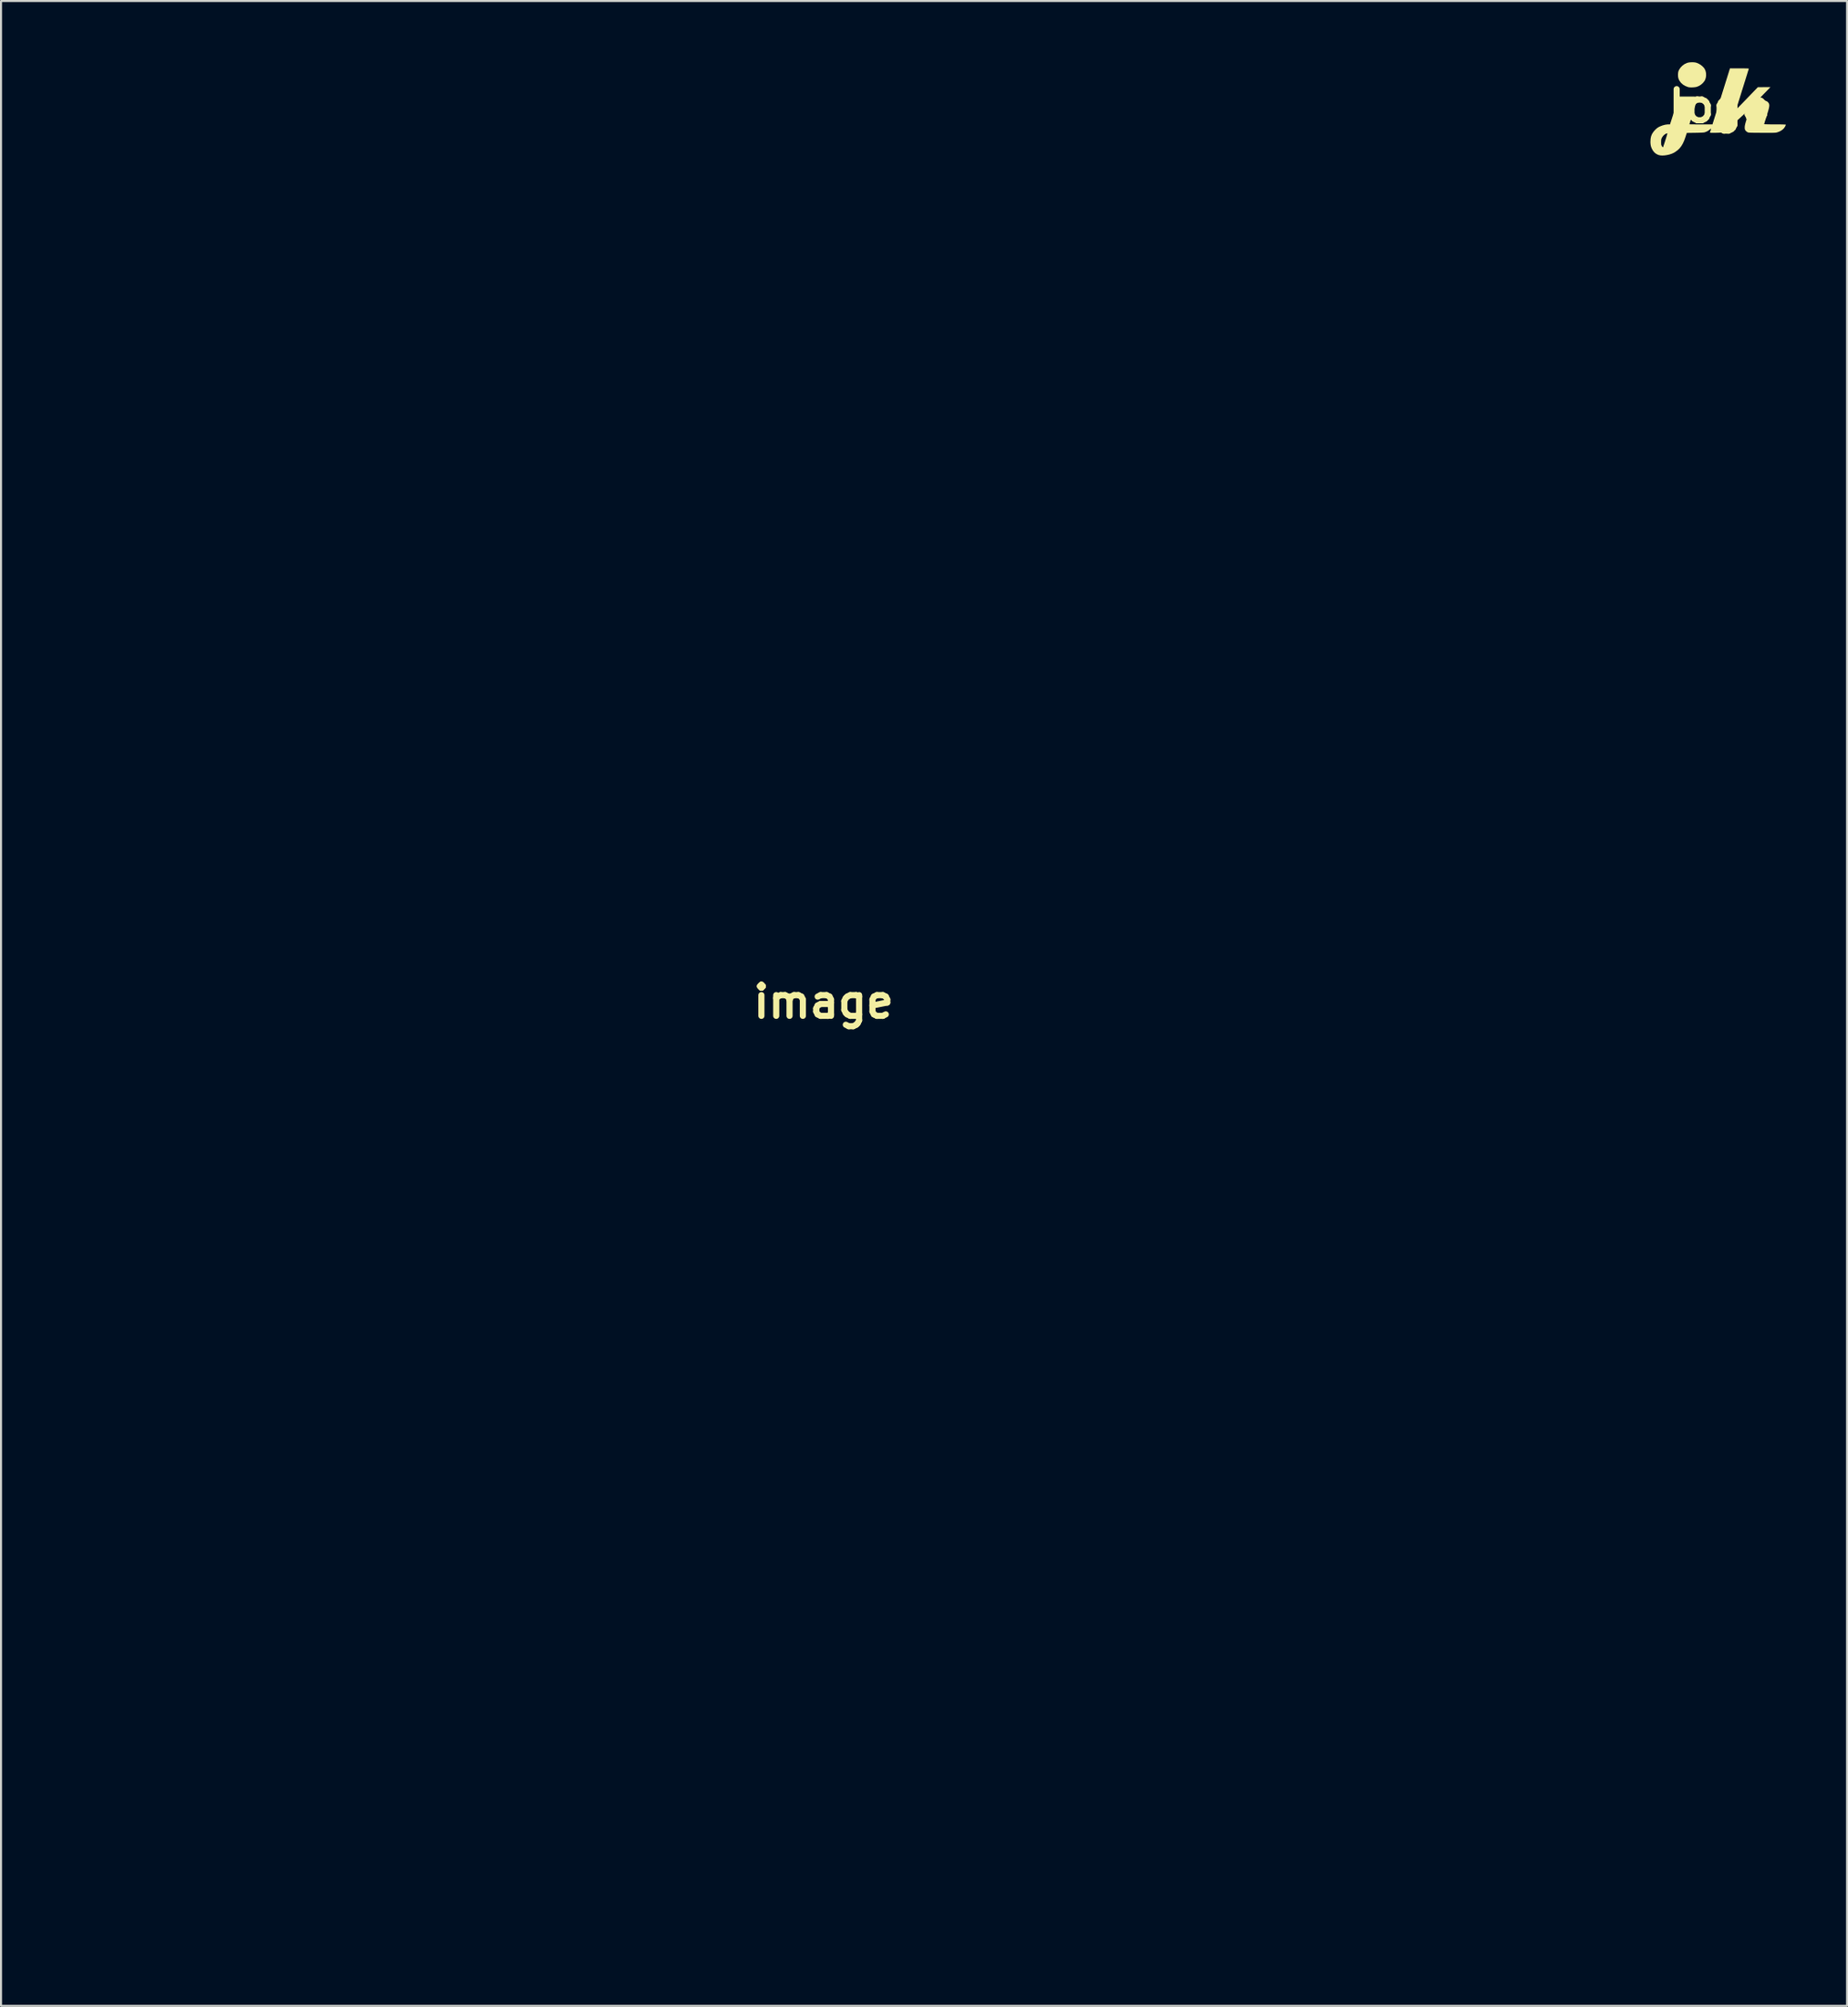
<source format=kicad_pcb>
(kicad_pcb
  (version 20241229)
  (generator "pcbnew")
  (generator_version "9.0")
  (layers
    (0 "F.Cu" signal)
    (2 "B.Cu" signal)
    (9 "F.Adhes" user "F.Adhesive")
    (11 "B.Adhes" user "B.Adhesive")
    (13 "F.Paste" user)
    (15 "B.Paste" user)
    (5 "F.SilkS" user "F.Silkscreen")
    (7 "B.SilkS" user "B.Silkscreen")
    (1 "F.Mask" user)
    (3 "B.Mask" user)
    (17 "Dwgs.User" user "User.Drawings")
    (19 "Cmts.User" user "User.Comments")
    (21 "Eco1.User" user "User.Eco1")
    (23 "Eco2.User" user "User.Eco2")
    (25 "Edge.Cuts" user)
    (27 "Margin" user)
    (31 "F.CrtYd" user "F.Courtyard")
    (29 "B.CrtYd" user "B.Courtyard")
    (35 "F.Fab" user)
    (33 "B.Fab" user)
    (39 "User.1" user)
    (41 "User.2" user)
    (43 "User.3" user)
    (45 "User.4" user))
  (footprint "logo"
    (layer "F.Cu")
    (at 81.233 2.153)
    (property "Reference" "logo" (at 0 0 0) (layer "F.SilkS") (effects (font (size 1.524 1.524) (thickness 0.3))))
    (attr board_only exclude_from_pos_files exclude_from_bom)
    (fp_poly (pts (xy -1.295 -2.153) (xy -1.21 -2.146) (xy -1.155 -2.135) (xy -1.05 -2.096) (xy -0.947 -2.038) (xy -0.852 -1.966) (xy -0.774 -1.886) (xy -0.734 -1.83) (xy -0.689 -1.73) (xy -0.665 -1.617) (xy -0.662 -1.499) (xy -0.679 -1.383) (xy -0.717 -1.277) (xy -0.74 -1.236) (xy -0.817 -1.138) (xy -0.914 -1.053) (xy -1.025 -0.986) (xy -1.121 -0.948) (xy -1.186 -0.934) (xy -1.264 -0.925) (xy -1.349 -0.92) (xy -1.431 -0.921) (xy -1.501 -0.927) (xy -1.544 -0.936) (xy -1.675 -0.988) (xy -1.782 -1.049) (xy -1.869 -1.123) (xy -1.903 -1.16) (xy -1.968 -1.249) (xy -2.011 -1.336) (xy -2.033 -1.43) (xy -2.039 -1.538) (xy -2.038 -1.563) (xy -2.033 -1.633) (xy -2.025 -1.685) (xy -2.009 -1.733) (xy -1.987 -1.782) (xy -1.918 -1.889) (xy -1.827 -1.984) (xy -1.72 -2.062) (xy -1.6 -2.118) (xy -1.546 -2.135) (xy -1.475 -2.147) (xy -1.388 -2.153)) (stroke (width 0) (type solid)) (fill yes) (layer "F.SilkS"))
    (fp_poly (pts (xy 1.106 -1.853) (xy 1.212 -1.852) (xy 1.294 -1.851) (xy 1.354 -1.849) (xy 1.396 -1.846) (xy 1.421 -1.843) (xy 1.432 -1.838) (xy 1.433 -1.835) (xy 1.428 -1.819) (xy 1.415 -1.779) (xy 1.395 -1.716) (xy 1.369 -1.634) (xy 1.339 -1.535) (xy 1.303 -1.423) (xy 1.265 -1.299) (xy 1.223 -1.166) (xy 1.18 -1.027) (xy 1.136 -0.886) (xy 1.091 -0.743) (xy 1.048 -0.603) (xy 1.006 -0.468) (xy 0.966 -0.34) (xy 0.929 -0.223) (xy 0.897 -0.118) (xy 0.869 -0.029) (xy 0.847 0.042) (xy 0.832 0.092) (xy 0.825 0.113) (xy 0.822 0.124) (xy 0.819 0.134) (xy 0.818 0.141) (xy 0.821 0.143) (xy 0.829 0.14) (xy 0.842 0.13) (xy 0.862 0.111) (xy 0.891 0.084) (xy 0.93 0.046) (xy 0.979 -0.004) (xy 1.04 -0.067) (xy 1.115 -0.144) (xy 1.204 -0.236) (xy 1.31 -0.345) (xy 1.432 -0.472) (xy 1.572 -0.618) (xy 1.623 -0.67) (xy 1.875 -0.931) (xy 2.183 -0.933) (xy 2.492 -0.934) (xy 2.342 -0.779) (xy 2.272 -0.708) (xy 2.192 -0.626) (xy 2.111 -0.543) (xy 2.039 -0.469) (xy 2.035 -0.465) (xy 1.88 -0.306) (xy 2.041 -0.296) (xy 2.152 -0.285) (xy 2.238 -0.269) (xy 2.305 -0.246) (xy 2.355 -0.213) (xy 2.393 -0.171) (xy 2.393 -0.171) (xy 2.413 -0.138) (xy 2.427 -0.103) (xy 2.435 -0.064) (xy 2.435 -0.017) (xy 2.428 0.04) (xy 2.413 0.112) (xy 2.39 0.201) (xy 2.358 0.309) (xy 2.317 0.442) (xy 2.308 0.472) (xy 2.276 0.573) (xy 2.247 0.666) (xy 2.222 0.746) (xy 2.203 0.81) (xy 2.19 0.855) (xy 2.184 0.876) (xy 2.184 0.878) (xy 2.198 0.881) (xy 2.238 0.884) (xy 2.302 0.886) (xy 2.387 0.888) (xy 2.491 0.89) (xy 2.612 0.891) (xy 2.715 0.891) (xy 2.871 0.891) (xy 3.001 0.892) (xy 3.104 0.894) (xy 3.179 0.897) (xy 3.227 0.9) (xy 3.246 0.904) (xy 3.247 0.905) (xy 3.241 0.926) (xy 3.227 0.962) (xy 3.215 0.988) (xy 3.158 1.077) (xy 3.076 1.156) (xy 2.974 1.222) (xy 2.855 1.272) (xy 2.803 1.286) (xy 2.778 1.292) (xy 2.748 1.296) (xy 2.709 1.3) (xy 2.659 1.302) (xy 2.594 1.304) (xy 2.514 1.305) (xy 2.414 1.306) (xy 2.291 1.305) (xy 2.145 1.305) (xy 2.066 1.304) (xy 1.912 1.303) (xy 1.785 1.302) (xy 1.68 1.301) (xy 1.597 1.3) (xy 1.531 1.298) (xy 1.48 1.296) (xy 1.443 1.293) (xy 1.415 1.289) (xy 1.394 1.285) (xy 1.378 1.279) (xy 1.364 1.272) (xy 1.358 1.269) (xy 1.312 1.236) (xy 1.272 1.194) (xy 1.265 1.184) (xy 1.245 1.15) (xy 1.234 1.115) (xy 1.231 1.068) (xy 1.231 1.029) (xy 1.232 0.994) (xy 1.237 0.956) (xy 1.246 0.911) (xy 1.259 0.856) (xy 1.278 0.787) (xy 1.304 0.699) (xy 1.338 0.59) (xy 1.356 0.533) (xy 1.388 0.432) (xy 1.416 0.34) (xy 1.441 0.261) (xy 1.461 0.198) (xy 1.474 0.155) (xy 1.48 0.134) (xy 1.48 0.133) (xy 1.47 0.14) (xy 1.442 0.165) (xy 1.4 0.203) (xy 1.346 0.253) (xy 1.284 0.311) (xy 1.268 0.326) (xy 1.199 0.391) (xy 1.114 0.47) (xy 1.019 0.558) (xy 0.919 0.65) (xy 0.819 0.742) (xy 0.733 0.82) (xy 0.614 0.928) (xy 0.515 1.018) (xy 0.43 1.092) (xy 0.358 1.151) (xy 0.294 1.198) (xy 0.237 1.234) (xy 0.183 1.26) (xy 0.129 1.278) (xy 0.072 1.29) (xy 0.009 1.297) (xy -0.064 1.301) (xy -0.148 1.303) (xy -0.19 1.304) (xy -0.288 1.305) (xy -0.368 1.305) (xy -0.427 1.303) (xy -0.464 1.3) (xy -0.474 1.297) (xy -0.47 1.277) (xy -0.458 1.239) (xy -0.445 1.2) (xy -0.43 1.153) (xy -0.42 1.118) (xy -0.417 1.103) (xy -0.426 1.105) (xy -0.452 1.121) (xy -0.485 1.147) (xy -0.557 1.201) (xy -0.63 1.241) (xy -0.716 1.275) (xy -0.743 1.282) (xy -0.779 1.288) (xy -0.828 1.292) (xy -0.892 1.296) (xy -0.976 1.299) (xy -1.083 1.302) (xy -1.196 1.304) (xy -1.608 1.31) (xy -1.674 1.513) (xy -1.736 1.684) (xy -1.803 1.831) (xy -1.877 1.956) (xy -1.961 2.064) (xy -2.058 2.156) (xy -2.171 2.238) (xy -2.228 2.274) (xy -2.329 2.322) (xy -2.443 2.362) (xy -2.564 2.391) (xy -2.686 2.409) (xy -2.803 2.416) (xy -2.909 2.409) (xy -2.997 2.389) (xy -3.005 2.386) (xy -3.109 2.335) (xy -3.193 2.269) (xy -3.264 2.182) (xy -3.313 2.096) (xy -3.353 2.005) (xy -3.377 1.912) (xy -3.389 1.807) (xy -3.39 1.76) (xy -2.866 1.76) (xy -2.865 1.827) (xy -2.863 1.873) (xy -2.856 1.906) (xy -2.844 1.933) (xy -2.826 1.963) (xy -2.824 1.966) (xy -2.796 2.002) (xy -2.778 2.013) (xy -2.772 2.009) (xy -2.765 1.99) (xy -2.75 1.948) (xy -2.73 1.887) (xy -2.704 1.811) (xy -2.676 1.723) (xy -2.657 1.663) (xy -2.628 1.571) (xy -2.602 1.489) (xy -2.582 1.42) (xy -2.567 1.368) (xy -2.56 1.336) (xy -2.56 1.329) (xy -2.579 1.328) (xy -2.614 1.34) (xy -2.657 1.363) (xy -2.701 1.392) (xy -2.734 1.42) (xy -2.775 1.465) (xy -2.813 1.52) (xy -2.828 1.544) (xy -2.845 1.582) (xy -2.857 1.616) (xy -2.863 1.657) (xy -2.865 1.713) (xy -2.866 1.76) (xy -3.39 1.76) (xy -3.39 1.738) (xy -3.382 1.594) (xy -3.356 1.469) (xy -3.309 1.357) (xy -3.24 1.251) (xy -3.161 1.162) (xy -3.098 1.102) (xy -3.042 1.057) (xy -2.981 1.02) (xy -2.931 0.995) (xy -2.801 0.943) (xy -2.669 0.907) (xy -2.544 0.891) (xy -2.514 0.891) (xy -2.431 0.891) (xy -2.337 0.6) (xy -2.306 0.503) (xy -2.269 0.387) (xy -2.227 0.258) (xy -2.185 0.126) (xy -2.143 -0.002) (xy -2.117 -0.083) (xy -1.991 -0.474) (xy -1.527 -0.474) (xy -1.415 -0.474) (xy -1.312 -0.473) (xy -1.223 -0.471) (xy -1.15 -0.469) (xy -1.098 -0.467) (xy -1.068 -0.464) (xy -1.063 -0.462) (xy -1.067 -0.447) (xy -1.079 -0.406) (xy -1.098 -0.344) (xy -1.123 -0.262) (xy -1.154 -0.164) (xy -1.188 -0.052) (xy -1.227 0.072) (xy -1.268 0.204) (xy -1.271 0.214) (xy -1.313 0.346) (xy -1.352 0.47) (xy -1.387 0.583) (xy -1.417 0.681) (xy -1.443 0.764) (xy -1.462 0.827) (xy -1.475 0.868) (xy -1.48 0.884) (xy -1.48 0.885) (xy -1.466 0.886) (xy -1.426 0.887) (xy -1.364 0.888) (xy -1.283 0.889) (xy -1.184 0.89) (xy -1.073 0.89) (xy -0.951 0.891) (xy -0.915 0.891) (xy -0.349 0.891) (xy 0.079 -0.481) (xy 0.508 -1.853) (xy 0.974 -1.853)) (stroke (width 0) (type solid)) (fill yes) (layer "F.SilkS")))
  (footprint "image"
    (layer "F.Cu")
    (at 37.317 46.029)
    (property "Reference" "image" (at 0 0 0) (layer "F.SilkS") (effects (font (size 1.524 1.524) (thickness 0.3))))
    (attr board_only exclude_from_pos_files exclude_from_bom)
    (fp_poly (pts (xy 0.119 -45.903) (xy 0.372 -45.462) (xy 0.735 -44.684) (xy 1.193 -43.597) (xy 1.449 -42.96) (xy 1.892 -41.865) (xy 2.296 -40.907) (xy 2.633 -40.153) (xy 2.872 -39.67) (xy 2.971 -39.525) (xy 3.246 -39.467) (xy 3.858 -39.399) (xy 4.726 -39.329) (xy 5.77 -39.262) (xy 6.226 -39.238) (xy 7.337 -39.175) (xy 8.322 -39.103) (xy 9.095 -39.031) (xy 9.57 -38.965) (xy 9.655 -38.944) (xy 9.749 -38.847) (xy 9.672 -38.656) (xy 9.389 -38.337) (xy 8.865 -37.855) (xy 8.068 -37.174) (xy 7.411 -36.629) (xy 4.777 -34.457) (xy 4.874 -33.416) (xy 4.969 -32.807) (xy 5.155 -31.918) (xy 5.405 -30.868) (xy 5.692 -29.776) (xy 5.693 -29.772) (xy 5.959 -28.798) (xy 6.173 -27.982) (xy 6.315 -27.4) (xy 6.368 -27.128) (xy 6.366 -27.118) (xy 6.174 -27.202) (xy 5.679 -27.486) (xy 4.925 -27.944) (xy 3.957 -28.548) (xy 2.819 -29.271) (xy 2.166 -29.691) (xy 1.305 -30.237) (xy 0.691 -30.569) (xy 0.224 -30.703) (xy -0.195 -30.656) (xy -0.666 -30.443) (xy -1.075 -30.207) (xy -1.818 -29.759) (xy -2.721 -29.201) (xy -3.597 -28.649) (xy -3.643 -28.619) (xy -4.686 -27.96) (xy -5.425 -27.513) (xy -5.899 -27.257) (xy -6.149 -27.173) (xy -6.215 -27.239) (xy -6.195 -27.315) (xy -5.985 -27.932) (xy -5.734 -28.781) (xy -5.463 -29.777) (xy -5.19 -30.838) (xy -4.937 -31.882) (xy -4.724 -32.825) (xy -4.571 -33.585) (xy -4.498 -34.079) (xy -4.503 -34.217) (xy -4.691 -34.425) (xy -5.144 -34.847) (xy -5.807 -35.433) (xy -6.624 -36.133) (xy -7.228 -36.64) (xy -8.217 -37.461) (xy -8.922 -38.073) (xy -9.325 -38.511) (xy -9.407 -38.806) (xy -9.151 -38.993) (xy -8.538 -39.106) (xy -7.55 -39.177) (xy -6.169 -39.241) (xy -5.81 -39.257) (xy -4.756 -39.315) (xy -3.846 -39.382) (xy -3.166 -39.449) (xy -2.797 -39.511) (xy -2.763 -39.525) (xy -2.616 -39.757) (xy -2.35 -40.308) (xy -1.999 -41.108) (xy -1.593 -42.086) (xy -1.355 -42.68) (xy -0.934 -43.74) (xy -0.558 -44.675) (xy -0.257 -45.409) (xy -0.061 -45.87) (xy -0.01 -45.979)) (stroke (width 0.1) (type solid)) (fill no) (layer "Eco1.User"))
    (fp_poly (pts (xy 0.234 -30.028) (xy 0.564 -29.586) (xy 1.044 -28.924) (xy 1.631 -28.101) (xy 1.885 -27.742) (xy 2.562 -26.782) (xy 3.208 -25.869) (xy 3.758 -25.094) (xy 4.149 -24.548) (xy 4.21 -24.463) (xy 5.231 -23.049) (xy 6.054 -21.907) (xy 6.724 -20.971) (xy 7.288 -20.176) (xy 7.793 -19.458) (xy 8.284 -18.75) (xy 8.436 -18.53) (xy 9.357 -17.201) (xy 10.496 -15.573) (xy 11.828 -13.68) (xy 13.327 -11.562) (xy 14.966 -9.253) (xy 16.72 -6.791) (xy 17.406 -5.83) (xy 19.116 -3.435) (xy 18.459 -3.205) (xy 17.994 -3.064) (xy 17.235 -2.855) (xy 16.292 -2.608) (xy 15.407 -2.386) (xy 14.467 -2.152) (xy 13.687 -1.952) (xy 13.149 -1.808) (xy 12.935 -1.741) (xy 13.031 -1.569) (xy 13.346 -1.138) (xy 13.834 -0.507) (xy 14.449 0.262) (xy 14.608 0.459) (xy 15.351 1.381) (xy 16.079 2.304) (xy 16.708 3.122) (xy 17.153 3.725) (xy 17.632 4.371) (xy 18.284 5.205) (xy 19.006 6.099) (xy 19.455 6.64) (xy 20.387 7.754) (xy 21.399 8.974) (xy 22.459 10.259) (xy 23.532 11.568) (xy 24.588 12.862) (xy 25.592 14.099) (xy 26.511 15.239) (xy 27.314 16.242) (xy 27.968 17.068) (xy 28.438 17.675) (xy 28.694 18.024) (xy 28.731 18.09) (xy 28.548 18.267) (xy 28.052 18.545) (xy 27.323 18.89) (xy 26.443 19.267) (xy 25.492 19.642) (xy 24.55 19.978) (xy 23.839 20.203) (xy 23.048 20.444) (xy 22.412 20.66) (xy 22.037 20.814) (xy 21.99 20.842) (xy 22.059 21.044) (xy 22.358 21.512) (xy 22.85 22.195) (xy 23.497 23.042) (xy 24.263 24) (xy 24.332 24.084) (xy 25.184 25.129) (xy 26.002 26.138) (xy 26.727 27.037) (xy 27.3 27.753) (xy 27.637 28.18) (xy 28.245 28.949) (xy 28.921 29.78) (xy 29.252 30.176) (xy 29.669 30.674) (xy 30.284 31.415) (xy 31.031 32.319) (xy 31.846 33.308) (xy 32.375 33.952) (xy 33.259 35.024) (xy 34.177 36.13) (xy 35.045 37.168) (xy 35.778 38.035) (xy 36.07 38.378) (xy 36.654 39.071) (xy 37.119 39.651) (xy 37.409 40.044) (xy 37.475 40.17) (xy 37.291 40.342) (xy 36.786 40.622) (xy 36.03 40.98) (xy 35.093 41.383) (xy 34.048 41.8) (xy 32.964 42.199) (xy 32.861 42.235) (xy 31.736 42.593) (xy 30.309 42.994) (xy 28.692 43.412) (xy 26.994 43.819) (xy 25.326 44.189) (xy 23.796 44.496) (xy 23.006 44.635) (xy 21.558 44.85) (xy 19.793 45.074) (xy 17.81 45.296) (xy 15.709 45.506) (xy 13.587 45.692) (xy 12.075 45.807) (xy 11.13 45.861) (xy 9.869 45.914) (xy 8.359 45.963) (xy 6.665 46.008) (xy 4.853 46.049) (xy 2.988 46.083) (xy 1.136 46.111) (xy -0.638 46.13) (xy -2.268 46.139) (xy -3.688 46.139) (xy -4.833 46.127) (xy -5.638 46.102) (xy -5.725 46.098) (xy -8.738 45.912) (xy -11.383 45.736) (xy -13.712 45.565) (xy -15.773 45.393) (xy -17.615 45.214) (xy -19.29 45.022) (xy -20.845 44.812) (xy -22.331 44.578) (xy -23.796 44.313) (xy -25.292 44.013) (xy -26.866 43.672) (xy -27.17 43.603) (xy -28.637 43.25) (xy -30.144 42.846) (xy -31.636 42.411) (xy -33.059 41.962) (xy -34.36 41.519) (xy -35.484 41.1) (xy -36.378 40.724) (xy -36.987 40.408) (xy -37.258 40.172) (xy -37.267 40.134) (xy -37.137 39.899) (xy -36.796 39.461) (xy -36.373 38.976) (xy -35.928 38.477) (xy -35.284 37.74) (xy -34.511 36.845) (xy -33.678 35.873) (xy -33.198 35.309) (xy -32.22 34.158) (xy -31.126 32.874) (xy -30.035 31.595) (xy -29.063 30.459) (xy -28.835 30.193) (xy -27.099 28.165) (xy -25.637 26.448) (xy -24.448 25.04) (xy -23.529 23.941) (xy -22.88 23.148) (xy -22.5 22.661) (xy -22.4 22.513) (xy -22.142 22.126) (xy -21.761 21.631) (xy -21.712 21.57) (xy -21.43 21.149) (xy -21.358 20.858) (xy -21.38 20.821) (xy -21.641 20.708) (xy -22.211 20.517) (xy -22.997 20.279) (xy -23.63 20.099) (xy -24.519 19.845) (xy -25.262 19.617) (xy -25.764 19.444) (xy -25.92 19.373) (xy -26.215 19.22) (xy -26.767 18.976) (xy -27.326 18.748) (xy -27.953 18.467) (xy -28.386 18.21) (xy -28.523 18.055) (xy -28.393 17.809) (xy -28.047 17.341) (xy -27.548 16.734) (xy -27.316 16.465) (xy -26.698 15.749) (xy -25.924 14.827) (xy -25.094 13.823) (xy -24.352 12.908) (xy -23.621 12.004) (xy -22.71 10.886) (xy -21.704 9.658) (xy -20.691 8.426) (xy -19.99 7.577) (xy -18.375 5.625) (xy -17.009 3.968) (xy -15.872 2.58) (xy -14.945 1.438) (xy -14.208 0.516) (xy -13.643 -0.21) (xy -13.23 -0.764) (xy -12.95 -1.171) (xy -12.783 -1.455) (xy -12.711 -1.642) (xy -12.704 -1.695) (xy -12.889 -1.801) (xy -13.382 -1.959) (xy -14.084 -2.137) (xy -14.209 -2.166) (xy -15.35 -2.437) (xy -16.431 -2.722) (xy -17.382 -3) (xy -18.131 -3.248) (xy -18.604 -3.445) (xy -18.738 -3.554) (xy -18.617 -3.808) (xy -18.32 -4.224) (xy -18.256 -4.304) (xy -17.849 -4.834) (xy -17.367 -5.507) (xy -17.147 -5.83) (xy -16.837 -6.282) (xy -16.308 -7.042) (xy -15.583 -8.076) (xy -14.684 -9.352) (xy -13.635 -10.839) (xy -12.457 -12.503) (xy -11.175 -14.312) (xy -9.889 -16.124) (xy -9.496 -16.678) (xy -8.922 -17.491) (xy -8.224 -18.479) (xy -7.461 -19.561) (xy -6.691 -20.653) (xy -5.972 -21.673) (xy -5.363 -22.538) (xy -4.921 -23.167) (xy -4.893 -23.207) (xy -3.823 -24.729) (xy -2.832 -26.133) (xy -1.944 -27.385) (xy -1.185 -28.448) (xy -0.58 -29.289) (xy -0.152 -29.872) (xy 0.071 -30.162) (xy 0.098 -30.189)) (stroke (width 0.1) (type solid)) (fill no) (layer "Eco1.User")))
  (gr_rect
    (start -3 -3)
    (end 87.48 95.219)
    (stroke (width 0.1) (type default))
    (fill no)
    (layer "Edge.Cuts")))
</source>
